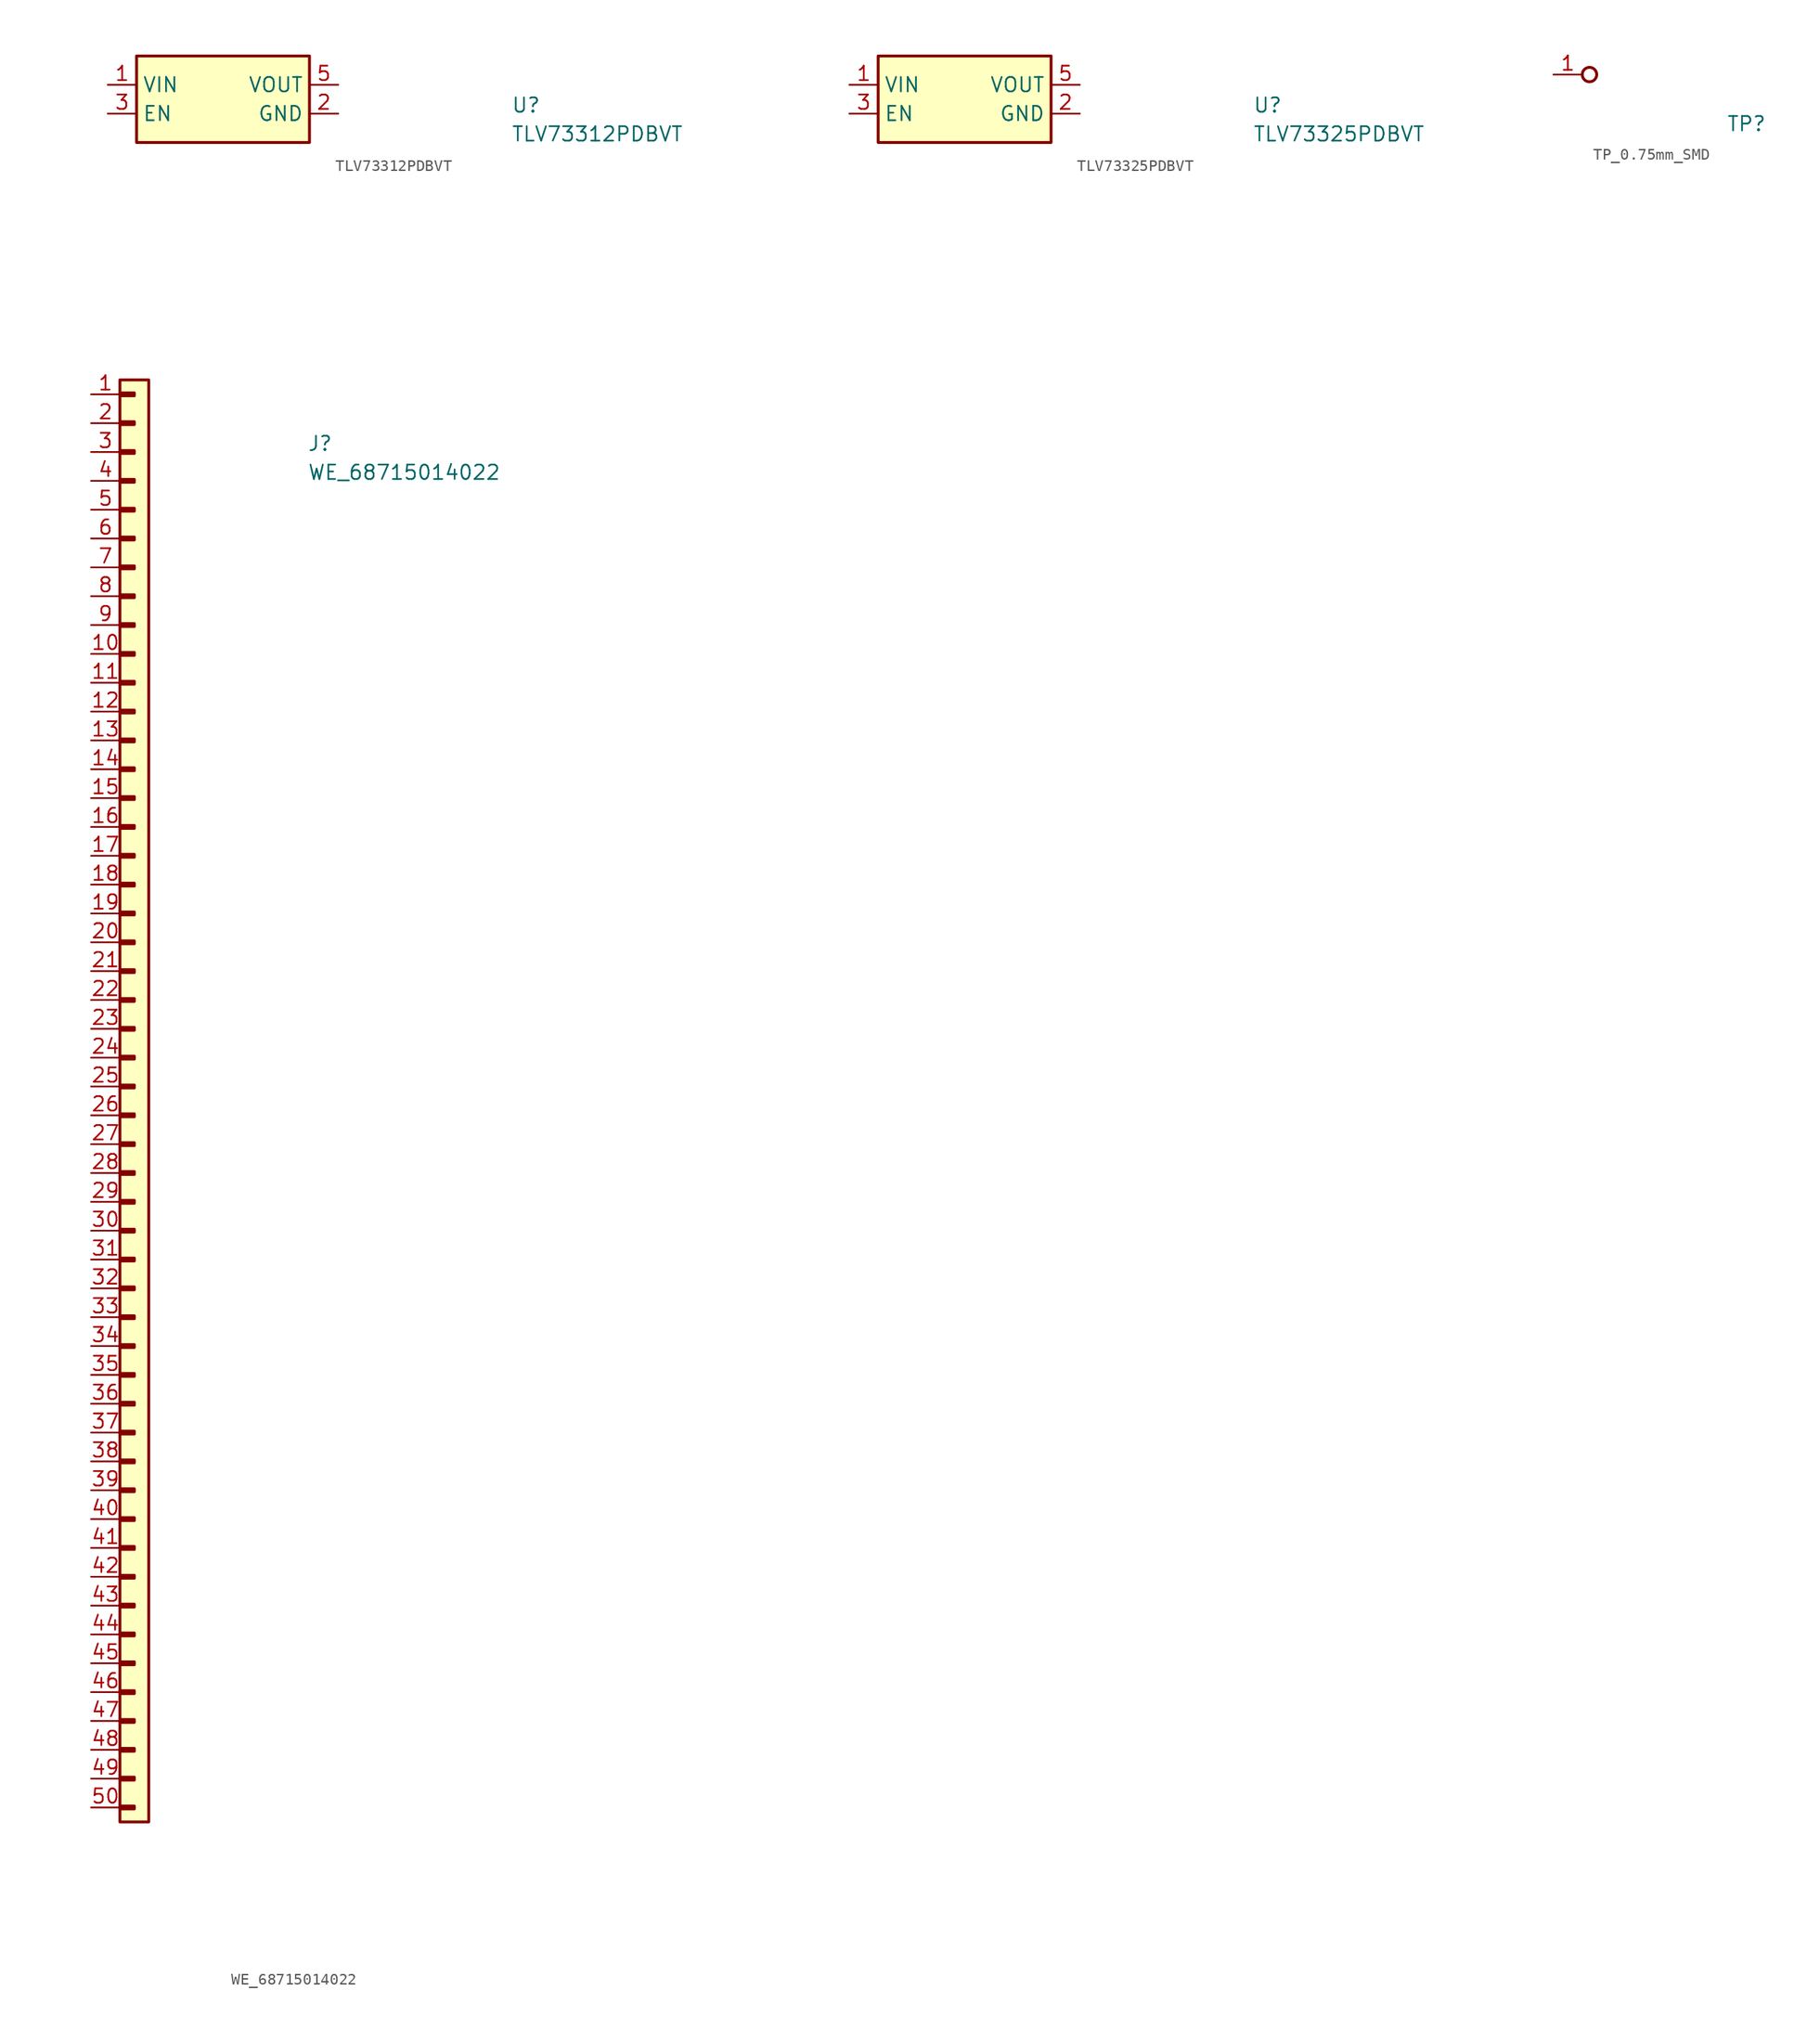
<source format=kicad_sym>
(kicad_symbol_lib
  (version 20211014)
  (generator kicad_symbol_editor)
  (symbol "TLV73312PDBVT"
    (property "Reference" "U"
      (at 35.56 -2.54 0)
      (effects (font (size 1.27 1.27) (thickness 0.15)) (justify left bottom)))
    (property "Value" "TLV73312PDBVT"
      (at 35.56 -5.08 0)
      (effects (font (size 1.27 1.27) (thickness 0.15)) (justify left bottom)))
    (symbol "TLV73312PDBVT_1_1"
      (rectangle (start 2.54 2.54) (end 17.78 -5.08) (stroke (width 0.254) (type default) (color 0 0 0 0)) (fill (type background)))
      (pin power_in line (at 0 0 0) (length 2.54) (name "VIN" (effects (font (size 1.27 1.27)))) (number "1" (effects (font (size 1.27 1.27)))))
      (pin power_in line (at 20.32 -2.54 180) (length 2.54) (name "GND" (effects (font (size 1.27 1.27)))) (number "2" (effects (font (size 1.27 1.27)))))
      (pin input line (at 0 -2.54 0) (length 2.54) (name "EN" (effects (font (size 1.27 1.27)))) (number "3" (effects (font (size 1.27 1.27)))))
      (pin no_connect line (at 20.32 -3.81 180) (length 2.54) hide (name "NC" (effects (font (size 1.27 1.27)))) (number "4" (effects (font (size 1.27 1.27)))))
      (pin power_out line (at 20.32 0 180) (length 2.54) (name "VOUT" (effects (font (size 1.27 1.27)))) (number "5" (effects (font (size 1.27 1.27)))))))
  (symbol "TLV73325PDBVT"
    (property "Reference" "U"
      (at 35.56 -2.54 0)
      (effects (font (size 1.27 1.27) (thickness 0.15)) (justify left bottom)))
    (property "Value" "TLV73325PDBVT"
      (at 35.56 -5.08 0)
      (effects (font (size 1.27 1.27) (thickness 0.15)) (justify left bottom)))
    (symbol "TLV73325PDBVT_1_1"
      (rectangle (start 2.54 2.54) (end 17.78 -5.08) (stroke (width 0.254) (type default) (color 0 0 0 0)) (fill (type background)))
      (pin power_in line (at 0 0 0) (length 2.54) (name "VIN" (effects (font (size 1.27 1.27)))) (number "1" (effects (font (size 1.27 1.27)))))
      (pin power_in line (at 20.32 -2.54 180) (length 2.54) (name "GND" (effects (font (size 1.27 1.27)))) (number "2" (effects (font (size 1.27 1.27)))))
      (pin input line (at 0 -2.54 0) (length 2.54) (name "EN" (effects (font (size 1.27 1.27)))) (number "3" (effects (font (size 1.27 1.27)))))
      (pin no_connect line (at 17.78 -3.81 0) (length 2.54) hide (name "NC" (effects (font (size 1.27 1.27)))) (number "4" (effects (font (size 1.27 1.27)))))
      (pin power_out line (at 20.32 0 180) (length 2.54) (name "VOUT" (effects (font (size 1.27 1.27)))) (number "5" (effects (font (size 1.27 1.27)))))))
  (symbol "TP_0.75mm_SMD"
    (pin_names hide)
    (property "Reference" "TP"
      (at 15.24 -5.08 0)
      (effects (font (size 1.27 1.27) (thickness 0.15)) (justify left bottom)))
    (symbol "TP_0.75mm_SMD_1_1"
      (circle (center 3.175 0) (radius 0.635) (stroke (width 0.254) (type default) (color 0 0 0 0)) (fill (type none)))
      (pin passive line (at 0 0 0) (length 2.54) (name "1" (effects (font (size 1.27 1.27)))) (number "1" (effects (font (size 1.27 1.27)))))))
  (symbol "WE_68715014022"
    (pin_names hide)
    (property "Reference" "J"
      (at 19.05 -5.08 0)
      (effects (font (size 1.27 1.27) (thickness 0.15)) (justify left bottom)))
    (property "Value" "WE_68715014022"
      (at 19.05 -7.62 0)
      (effects (font (size 1.27 1.27) (thickness 0.15)) (justify left bottom)))
    (symbol "WE_68715014022_1_1"
      (rectangle (start 2.54 -124.333) (end 3.81 -124.587) (stroke (width 0.254) (type default) (color 0 0 0 0)) (fill (type background)))
      (rectangle (start 2.54 -121.793) (end 3.81 -122.047) (stroke (width 0.254) (type default) (color 0 0 0 0)) (fill (type background)))
      (rectangle (start 2.54 -119.253) (end 3.81 -119.507) (stroke (width 0.254) (type default) (color 0 0 0 0)) (fill (type background)))
      (rectangle (start 2.54 -116.713) (end 3.81 -116.967) (stroke (width 0.254) (type default) (color 0 0 0 0)) (fill (type background)))
      (rectangle (start 2.54 -114.173) (end 3.81 -114.427) (stroke (width 0.254) (type default) (color 0 0 0 0)) (fill (type background)))
      (rectangle (start 2.54 -111.633) (end 3.81 -111.887) (stroke (width 0.254) (type default) (color 0 0 0 0)) (fill (type background)))
      (rectangle (start 2.54 -109.093) (end 3.81 -109.347) (stroke (width 0.254) (type default) (color 0 0 0 0)) (fill (type background)))
      (rectangle (start 2.54 -106.553) (end 3.81 -106.807) (stroke (width 0.254) (type default) (color 0 0 0 0)) (fill (type background)))
      (rectangle (start 2.54 -104.013) (end 3.81 -104.267) (stroke (width 0.254) (type default) (color 0 0 0 0)) (fill (type background)))
      (rectangle (start 2.54 -101.473) (end 3.81 -101.727) (stroke (width 0.254) (type default) (color 0 0 0 0)) (fill (type background)))
      (rectangle (start 2.54 -98.933) (end 3.81 -99.187) (stroke (width 0.254) (type default) (color 0 0 0 0)) (fill (type background)))
      (rectangle (start 2.54 -96.393) (end 3.81 -96.647) (stroke (width 0.254) (type default) (color 0 0 0 0)) (fill (type background)))
      (rectangle (start 2.54 -93.853) (end 3.81 -94.107) (stroke (width 0.254) (type default) (color 0 0 0 0)) (fill (type background)))
      (rectangle (start 2.54 -91.313) (end 3.81 -91.567) (stroke (width 0.254) (type default) (color 0 0 0 0)) (fill (type background)))
      (rectangle (start 2.54 -88.773) (end 3.81 -89.027) (stroke (width 0.254) (type default) (color 0 0 0 0)) (fill (type background)))
      (rectangle (start 2.54 -86.233) (end 3.81 -86.487) (stroke (width 0.254) (type default) (color 0 0 0 0)) (fill (type background)))
      (rectangle (start 2.54 -83.693) (end 3.81 -83.947) (stroke (width 0.254) (type default) (color 0 0 0 0)) (fill (type background)))
      (rectangle (start 2.54 -81.153) (end 3.81 -81.407) (stroke (width 0.254) (type default) (color 0 0 0 0)) (fill (type background)))
      (rectangle (start 2.54 -78.613) (end 3.81 -78.867) (stroke (width 0.254) (type default) (color 0 0 0 0)) (fill (type background)))
      (rectangle (start 2.54 -76.073) (end 3.81 -76.327) (stroke (width 0.254) (type default) (color 0 0 0 0)) (fill (type background)))
      (rectangle (start 2.54 -73.533) (end 3.81 -73.787) (stroke (width 0.254) (type default) (color 0 0 0 0)) (fill (type background)))
      (rectangle (start 2.54 -70.993) (end 3.81 -71.247) (stroke (width 0.254) (type default) (color 0 0 0 0)) (fill (type background)))
      (rectangle (start 2.54 -68.453) (end 3.81 -68.707) (stroke (width 0.254) (type default) (color 0 0 0 0)) (fill (type background)))
      (rectangle (start 2.54 -65.913) (end 3.81 -66.167) (stroke (width 0.254) (type default) (color 0 0 0 0)) (fill (type background)))
      (rectangle (start 2.54 -63.373) (end 3.81 -63.627) (stroke (width 0.254) (type default) (color 0 0 0 0)) (fill (type background)))
      (rectangle (start 2.54 -60.833) (end 3.81 -61.087) (stroke (width 0.254) (type default) (color 0 0 0 0)) (fill (type background)))
      (rectangle (start 2.54 -58.293) (end 3.81 -58.547) (stroke (width 0.254) (type default) (color 0 0 0 0)) (fill (type background)))
      (rectangle (start 2.54 -55.753) (end 3.81 -56.007) (stroke (width 0.254) (type default) (color 0 0 0 0)) (fill (type background)))
      (rectangle (start 2.54 -53.213) (end 3.81 -53.467) (stroke (width 0.254) (type default) (color 0 0 0 0)) (fill (type background)))
      (rectangle (start 2.54 -50.673) (end 3.81 -50.927) (stroke (width 0.254) (type default) (color 0 0 0 0)) (fill (type background)))
      (rectangle (start 2.54 -48.133) (end 3.81 -48.387) (stroke (width 0.254) (type default) (color 0 0 0 0)) (fill (type background)))
      (rectangle (start 2.54 -45.593) (end 3.81 -45.847) (stroke (width 0.254) (type default) (color 0 0 0 0)) (fill (type background)))
      (rectangle (start 2.54 -43.053) (end 3.81 -43.307) (stroke (width 0.254) (type default) (color 0 0 0 0)) (fill (type background)))
      (rectangle (start 2.54 -40.513) (end 3.81 -40.767) (stroke (width 0.254) (type default) (color 0 0 0 0)) (fill (type background)))
      (rectangle (start 2.54 -37.973) (end 3.81 -38.227) (stroke (width 0.254) (type default) (color 0 0 0 0)) (fill (type background)))
      (rectangle (start 2.54 -35.433) (end 3.81 -35.687) (stroke (width 0.254) (type default) (color 0 0 0 0)) (fill (type background)))
      (rectangle (start 2.54 -32.893) (end 3.81 -33.147) (stroke (width 0.254) (type default) (color 0 0 0 0)) (fill (type background)))
      (rectangle (start 2.54 -30.353) (end 3.81 -30.607) (stroke (width 0.254) (type default) (color 0 0 0 0)) (fill (type background)))
      (rectangle (start 2.54 -27.813) (end 3.81 -28.067) (stroke (width 0.254) (type default) (color 0 0 0 0)) (fill (type background)))
      (rectangle (start 2.54 -25.273) (end 3.81 -25.527) (stroke (width 0.254) (type default) (color 0 0 0 0)) (fill (type background)))
      (rectangle (start 2.54 -22.733) (end 3.81 -22.987) (stroke (width 0.254) (type default) (color 0 0 0 0)) (fill (type background)))
      (rectangle (start 2.54 -20.193) (end 3.81 -20.447) (stroke (width 0.254) (type default) (color 0 0 0 0)) (fill (type background)))
      (rectangle (start 2.54 -17.653) (end 3.81 -17.907) (stroke (width 0.254) (type default) (color 0 0 0 0)) (fill (type background)))
      (rectangle (start 2.54 -15.113) (end 3.81 -15.367) (stroke (width 0.254) (type default) (color 0 0 0 0)) (fill (type background)))
      (rectangle (start 2.54 -12.573) (end 3.81 -12.827) (stroke (width 0.254) (type default) (color 0 0 0 0)) (fill (type background)))
      (rectangle (start 2.54 -10.033) (end 3.81 -10.287) (stroke (width 0.254) (type default) (color 0 0 0 0)) (fill (type background)))
      (rectangle (start 2.54 -7.493) (end 3.81 -7.747) (stroke (width 0.254) (type default) (color 0 0 0 0)) (fill (type background)))
      (rectangle (start 2.54 -4.953) (end 3.81 -5.207) (stroke (width 0.254) (type default) (color 0 0 0 0)) (fill (type background)))
      (rectangle (start 2.54 -2.413) (end 3.81 -2.667) (stroke (width 0.254) (type default) (color 0 0 0 0)) (fill (type background)))
      (rectangle (start 2.54 0.127) (end 3.81 -0.127) (stroke (width 0.254) (type default) (color 0 0 0 0)) (fill (type background)))
      (rectangle (start 2.54 1.27) (end 5.08 -125.73) (stroke (width 0.254) (type default) (color 0 0 0 0)) (fill (type background)))
      (pin passive line (at 0 0 0) (length 2.54) (name "Pin_1" (effects (font (size 1.27 1.27)))) (number "1" (effects (font (size 1.27 1.27)))))
      (pin passive line (at 0 -22.86 0) (length 2.54) (name "Pin_10" (effects (font (size 1.27 1.27)))) (number "10" (effects (font (size 1.27 1.27)))))
      (pin passive line (at 0 -25.4 0) (length 2.54) (name "Pin_11" (effects (font (size 1.27 1.27)))) (number "11" (effects (font (size 1.27 1.27)))))
      (pin passive line (at 0 -27.94 0) (length 2.54) (name "Pin_12" (effects (font (size 1.27 1.27)))) (number "12" (effects (font (size 1.27 1.27)))))
      (pin passive line (at 0 -30.48 0) (length 2.54) (name "Pin_13" (effects (font (size 1.27 1.27)))) (number "13" (effects (font (size 1.27 1.27)))))
      (pin passive line (at 0 -33.02 0) (length 2.54) (name "Pin_14" (effects (font (size 1.27 1.27)))) (number "14" (effects (font (size 1.27 1.27)))))
      (pin passive line (at 0 -35.56 0) (length 2.54) (name "Pin_15" (effects (font (size 1.27 1.27)))) (number "15" (effects (font (size 1.27 1.27)))))
      (pin passive line (at 0 -38.1 0) (length 2.54) (name "Pin_16" (effects (font (size 1.27 1.27)))) (number "16" (effects (font (size 1.27 1.27)))))
      (pin passive line (at 0 -40.64 0) (length 2.54) (name "Pin_17" (effects (font (size 1.27 1.27)))) (number "17" (effects (font (size 1.27 1.27)))))
      (pin passive line (at 0 -43.18 0) (length 2.54) (name "Pin_18" (effects (font (size 1.27 1.27)))) (number "18" (effects (font (size 1.27 1.27)))))
      (pin passive line (at 0 -45.72 0) (length 2.54) (name "Pin_19" (effects (font (size 1.27 1.27)))) (number "19" (effects (font (size 1.27 1.27)))))
      (pin passive line (at 0 -2.54 0) (length 2.54) (name "Pin_2" (effects (font (size 1.27 1.27)))) (number "2" (effects (font (size 1.27 1.27)))))
      (pin passive line (at 0 -48.26 0) (length 2.54) (name "Pin_20" (effects (font (size 1.27 1.27)))) (number "20" (effects (font (size 1.27 1.27)))))
      (pin passive line (at 0 -50.8 0) (length 2.54) (name "Pin_21" (effects (font (size 1.27 1.27)))) (number "21" (effects (font (size 1.27 1.27)))))
      (pin passive line (at 0 -53.34 0) (length 2.54) (name "Pin_22" (effects (font (size 1.27 1.27)))) (number "22" (effects (font (size 1.27 1.27)))))
      (pin passive line (at 0 -55.88 0) (length 2.54) (name "Pin_23" (effects (font (size 1.27 1.27)))) (number "23" (effects (font (size 1.27 1.27)))))
      (pin passive line (at 0 -58.42 0) (length 2.54) (name "Pin_24" (effects (font (size 1.27 1.27)))) (number "24" (effects (font (size 1.27 1.27)))))
      (pin passive line (at 0 -60.96 0) (length 2.54) (name "Pin_25" (effects (font (size 1.27 1.27)))) (number "25" (effects (font (size 1.27 1.27)))))
      (pin passive line (at 0 -63.5 0) (length 2.54) (name "Pin_26" (effects (font (size 1.27 1.27)))) (number "26" (effects (font (size 1.27 1.27)))))
      (pin passive line (at 0 -66.04 0) (length 2.54) (name "Pin_27" (effects (font (size 1.27 1.27)))) (number "27" (effects (font (size 1.27 1.27)))))
      (pin passive line (at 0 -68.58 0) (length 2.54) (name "Pin_28" (effects (font (size 1.27 1.27)))) (number "28" (effects (font (size 1.27 1.27)))))
      (pin passive line (at 0 -71.12 0) (length 2.54) (name "Pin_29" (effects (font (size 1.27 1.27)))) (number "29" (effects (font (size 1.27 1.27)))))
      (pin passive line (at 0 -5.08 0) (length 2.54) (name "Pin_3" (effects (font (size 1.27 1.27)))) (number "3" (effects (font (size 1.27 1.27)))))
      (pin passive line (at 0 -73.66 0) (length 2.54) (name "Pin_30" (effects (font (size 1.27 1.27)))) (number "30" (effects (font (size 1.27 1.27)))))
      (pin passive line (at 0 -76.2 0) (length 2.54) (name "Pin_31" (effects (font (size 1.27 1.27)))) (number "31" (effects (font (size 1.27 1.27)))))
      (pin passive line (at 0 -78.74 0) (length 2.54) (name "Pin_32" (effects (font (size 1.27 1.27)))) (number "32" (effects (font (size 1.27 1.27)))))
      (pin passive line (at 0 -81.28 0) (length 2.54) (name "Pin_33" (effects (font (size 1.27 1.27)))) (number "33" (effects (font (size 1.27 1.27)))))
      (pin passive line (at 0 -83.82 0) (length 2.54) (name "Pin_34" (effects (font (size 1.27 1.27)))) (number "34" (effects (font (size 1.27 1.27)))))
      (pin passive line (at 0 -86.36 0) (length 2.54) (name "Pin_35" (effects (font (size 1.27 1.27)))) (number "35" (effects (font (size 1.27 1.27)))))
      (pin passive line (at 0 -88.9 0) (length 2.54) (name "Pin_36" (effects (font (size 1.27 1.27)))) (number "36" (effects (font (size 1.27 1.27)))))
      (pin passive line (at 0 -91.44 0) (length 2.54) (name "Pin_37" (effects (font (size 1.27 1.27)))) (number "37" (effects (font (size 1.27 1.27)))))
      (pin passive line (at 0 -93.98 0) (length 2.54) (name "Pin_38" (effects (font (size 1.27 1.27)))) (number "38" (effects (font (size 1.27 1.27)))))
      (pin passive line (at 0 -96.52 0) (length 2.54) (name "Pin_39" (effects (font (size 1.27 1.27)))) (number "39" (effects (font (size 1.27 1.27)))))
      (pin passive line (at 0 -7.62 0) (length 2.54) (name "Pin_4" (effects (font (size 1.27 1.27)))) (number "4" (effects (font (size 1.27 1.27)))))
      (pin passive line (at 0 -99.06 0) (length 2.54) (name "Pin_40" (effects (font (size 1.27 1.27)))) (number "40" (effects (font (size 1.27 1.27)))))
      (pin passive line (at 0 -101.6 0) (length 2.54) (name "Pin_41" (effects (font (size 1.27 1.27)))) (number "41" (effects (font (size 1.27 1.27)))))
      (pin passive line (at 0 -104.14 0) (length 2.54) (name "Pin_42" (effects (font (size 1.27 1.27)))) (number "42" (effects (font (size 1.27 1.27)))))
      (pin passive line (at 0 -106.68 0) (length 2.54) (name "Pin_43" (effects (font (size 1.27 1.27)))) (number "43" (effects (font (size 1.27 1.27)))))
      (pin passive line (at 0 -109.22 0) (length 2.54) (name "Pin_44" (effects (font (size 1.27 1.27)))) (number "44" (effects (font (size 1.27 1.27)))))
      (pin passive line (at 0 -111.76 0) (length 2.54) (name "Pin_45" (effects (font (size 1.27 1.27)))) (number "45" (effects (font (size 1.27 1.27)))))
      (pin passive line (at 0 -114.3 0) (length 2.54) (name "Pin_46" (effects (font (size 1.27 1.27)))) (number "46" (effects (font (size 1.27 1.27)))))
      (pin passive line (at 0 -116.84 0) (length 2.54) (name "Pin_47" (effects (font (size 1.27 1.27)))) (number "47" (effects (font (size 1.27 1.27)))))
      (pin passive line (at 0 -119.38 0) (length 2.54) (name "Pin_48" (effects (font (size 1.27 1.27)))) (number "48" (effects (font (size 1.27 1.27)))))
      (pin passive line (at 0 -121.92 0) (length 2.54) (name "Pin_49" (effects (font (size 1.27 1.27)))) (number "49" (effects (font (size 1.27 1.27)))))
      (pin passive line (at 0 -10.16 0) (length 2.54) (name "Pin_5" (effects (font (size 1.27 1.27)))) (number "5" (effects (font (size 1.27 1.27)))))
      (pin passive line (at 0 -124.46 0) (length 2.54) (name "Pin_50" (effects (font (size 1.27 1.27)))) (number "50" (effects (font (size 1.27 1.27)))))
      (pin passive line (at 0 -12.7 0) (length 2.54) (name "Pin_6" (effects (font (size 1.27 1.27)))) (number "6" (effects (font (size 1.27 1.27)))))
      (pin passive line (at 0 -15.24 0) (length 2.54) (name "Pin_7" (effects (font (size 1.27 1.27)))) (number "7" (effects (font (size 1.27 1.27)))))
      (pin passive line (at 0 -17.78 0) (length 2.54) (name "Pin_8" (effects (font (size 1.27 1.27)))) (number "8" (effects (font (size 1.27 1.27)))))
      (pin passive line (at 0 -20.32 0) (length 2.54) (name "Pin_9" (effects (font (size 1.27 1.27)))) (number "9" (effects (font (size 1.27 1.27))))))))
</source>
